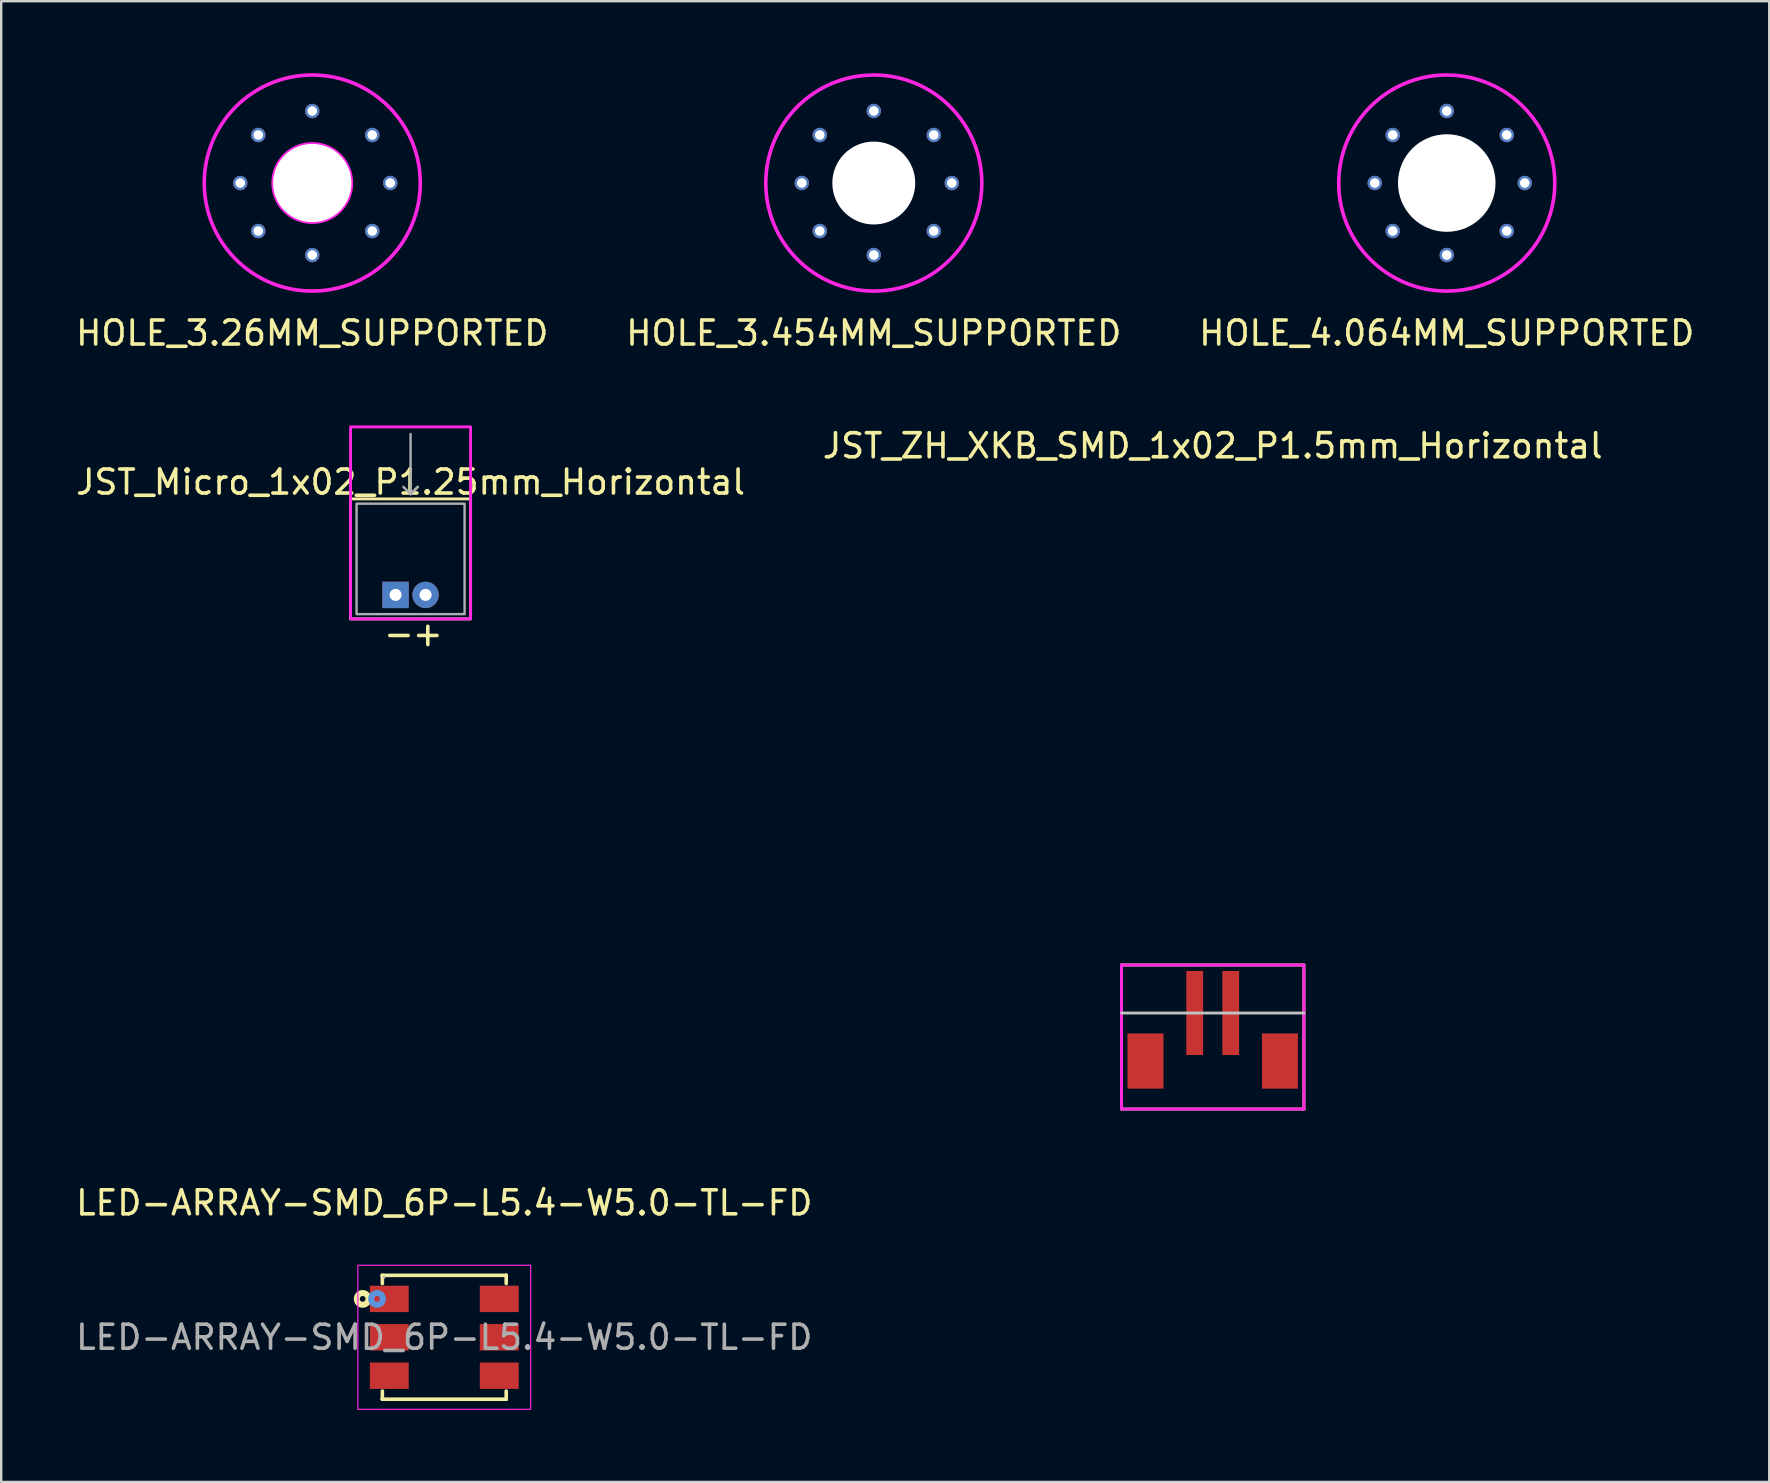
<source format=kicad_pcb>
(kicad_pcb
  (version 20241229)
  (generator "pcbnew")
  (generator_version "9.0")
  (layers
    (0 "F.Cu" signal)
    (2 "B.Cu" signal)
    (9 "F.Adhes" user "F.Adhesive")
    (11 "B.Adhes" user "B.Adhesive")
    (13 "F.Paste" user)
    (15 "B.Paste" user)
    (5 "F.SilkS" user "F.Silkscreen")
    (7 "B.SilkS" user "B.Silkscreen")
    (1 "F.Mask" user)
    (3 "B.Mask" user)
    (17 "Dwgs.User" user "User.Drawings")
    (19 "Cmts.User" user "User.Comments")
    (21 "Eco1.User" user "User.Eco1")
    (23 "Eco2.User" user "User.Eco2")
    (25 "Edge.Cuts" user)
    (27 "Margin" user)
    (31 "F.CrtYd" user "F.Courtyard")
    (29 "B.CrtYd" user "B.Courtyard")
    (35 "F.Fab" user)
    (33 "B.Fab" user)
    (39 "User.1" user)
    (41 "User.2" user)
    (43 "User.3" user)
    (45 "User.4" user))
  (footprint "HOLE_3.26MM_SUPPORTED"
    (layer "F.Cu")
    (at 9.958 4.575)
    (property "Reference" "HOLE_3.26MM_SUPPORTED" (at 0 6.25 0) (layer "F.SilkS") (effects (font (size 1 1) (thickness 0.15))))
    (attr through_hole)
    (fp_circle (center 0 0) (end 1.63 0) (stroke (width 0.15) (type solid)) (fill no) (layer "F.CrtYd"))
    (fp_circle (center 0 0) (end 4.5 0) (stroke (width 0.15) (type solid)) (fill no) (layer "F.CrtYd"))
    (pad "" thru_hole circle (at -3 0) (size 0.6 0.6) (drill 0.4) (layers "*.Cu" "*.Mask"))
    (pad "" thru_hole circle (at -2.25 -2) (size 0.6 0.6) (drill 0.4) (layers "*.Cu" "*.Mask"))
    (pad "" thru_hole circle (at -2.25 2) (size 0.6 0.6) (drill 0.4) (layers "*.Cu" "*.Mask"))
    (pad "" thru_hole circle (at 0 -3) (size 0.6 0.6) (drill 0.4) (layers "*.Cu" "*.Mask"))
    (pad "" np_thru_hole circle (at 0 0) (size 3.26 3.26) (drill 3.26) (layers "*.Cu" "*.Mask"))
    (pad "" thru_hole circle (at 0 3) (size 0.6 0.6) (drill 0.4) (layers "*.Cu" "*.Mask"))
    (pad "" thru_hole circle (at 2.5 -2) (size 0.6 0.6) (drill 0.4) (layers "*.Cu" "*.Mask"))
    (pad "" thru_hole circle (at 2.5 2) (size 0.6 0.6) (drill 0.4) (layers "*.Cu" "*.Mask"))
    (pad "" thru_hole circle (at 3.25 0) (size 0.6 0.6) (drill 0.4) (layers "*.Cu" "*.Mask")))
  (footprint "JST_Micro_1x02_P1.25mm_Horizontal"
    (layer "F.Cu")
    (at 14.054 21.733)
    (property "Reference" "JST_Micro_1x02_P1.25mm_Horizontal" (at 0 -4.7 0) (unlocked yes) (layer "F.SilkS") (effects (font (size 1 1) (thickness 0.15))))
    (attr smd)
    (fp_rect (start -2.5 -4) (end 2.5 1) (stroke (width 0.12) (type default)) (fill no) (layer "F.SilkS"))
    (fp_rect (start -2.5 -7) (end 2.5 1) (stroke (width 0.12) (type default)) (fill no) (layer "F.CrtYd"))
    (fp_line (start 0 -6.7) (end 0 -4.2) (stroke (width 0.1) (type default)) (layer "F.Fab"))
    (fp_line (start 0 -4.2) (end -0.3 -4.5) (stroke (width 0.1) (type default)) (layer "F.Fab"))
    (fp_line (start 0 -4.2) (end 0.3 -4.5) (stroke (width 0.1) (type default)) (layer "F.Fab"))
    (fp_line (start 0.3 -4.5) (end 0 -4.2) (stroke (width 0.1) (type default)) (layer "F.Fab"))
    (fp_rect (start -2.25 -3.8) (end 2.25 0.8) (stroke (width 0.1) (type default)) (fill no) (layer "F.Fab"))
    (fp_text user "-" (at -1.2 2.2 0) (unlocked yes) (layer "F.SilkS") (effects (font (size 1 1) (thickness 0.15)) (justify left bottom)))
    (fp_text user "+" (at 0 2.2 0) (unlocked yes) (layer "F.SilkS") (effects (font (size 1 1) (thickness 0.15)) (justify left bottom)))
    (pad "1" thru_hole rect (at -0.625 0) (size 1.1 1.1) (drill 0.5) (layers "*.Cu" "*.Mask"))
    (pad "2" thru_hole circle (at 0.625 0) (size 1.1 1.1) (drill 0.5) (layers "*.Cu" "*.Mask")))
  (footprint "LED-ARRAY-SMD_6P-L5.4-W5.0-TL-FD"
    (layer "F.Cu")
    (at 15.458 52.66)
    (property "Reference" "LED-ARRAY-SMD_6P-L5.4-W5.0-TL-FD" (at 0 -5.6 0) (layer "F.SilkS") (effects (font (size 1 1) (thickness 0.15))))
    (attr smd)
    (fp_line (start -2.58 -2.58) (end -2.58 -2.58) (stroke (width 0.15) (type solid)) (layer "F.SilkS"))
    (fp_line (start -2.58 -2.58) (end 2.58 -2.58) (stroke (width 0.15) (type solid)) (layer "F.SilkS"))
    (fp_line (start -2.58 -2.24) (end -2.58 -2.58) (stroke (width 0.15) (type solid)) (layer "F.SilkS"))
    (fp_line (start -2.58 2.24) (end -2.58 2.58) (stroke (width 0.15) (type solid)) (layer "F.SilkS"))
    (fp_line (start -2.58 2.58) (end -2.58 2.58) (stroke (width 0.15) (type solid)) (layer "F.SilkS"))
    (fp_line (start -2.58 2.58) (end 2.58 2.58) (stroke (width 0.15) (type solid)) (layer "F.SilkS"))
    (fp_line (start 2.58 -2.58) (end 2.58 -2.58) (stroke (width 0.15) (type solid)) (layer "F.SilkS"))
    (fp_line (start 2.58 -2.58) (end 2.58 -2.24) (stroke (width 0.15) (type solid)) (layer "F.SilkS"))
    (fp_line (start 2.58 2.58) (end 2.58 2.24) (stroke (width 0.15) (type solid)) (layer "F.SilkS"))
    (fp_line (start 2.58 2.58) (end 2.58 2.58) (stroke (width 0.15) (type solid)) (layer "F.SilkS"))
    (fp_circle (center -3.4 -1.6) (end -3.28 -1.6) (stroke (width 0.25) (type solid)) (fill no) (layer "F.SilkS"))
    (fp_circle (center -2.8 -1.6) (end -2.68 -1.6) (stroke (width 0.25) (type solid)) (fill no) (layer "Cmts.User"))
    (fp_rect (start -3.6 -3) (end 3.6 3) (stroke (width 0.05) (type default)) (fill no) (layer "F.CrtYd"))
    (fp_circle (center -2.5 -2.5) (end -2.47 -2.5) (stroke (width 0.06) (type solid)) (fill no) (layer "F.Fab"))
    (fp_text user "${REFERENCE}" (at 0 0 0) (layer "F.Fab") (effects (font (size 1 1) (thickness 0.15))))
    (pad "1" smd rect (at -2.29 -1.6) (size 1.62 1.1) (layers "F.Cu" "F.Mask" "F.Paste"))
    (pad "2" smd rect (at -2.29 0) (size 1.62 1.1) (layers "F.Cu" "F.Mask" "F.Paste"))
    (pad "3" smd rect (at -2.29 1.6) (size 1.62 1.1) (layers "F.Cu" "F.Mask" "F.Paste"))
    (pad "4" smd rect (at 2.29 1.6) (size 1.62 1.1) (layers "F.Cu" "F.Mask" "F.Paste"))
    (pad "5" smd rect (at 2.29 0) (size 1.62 1.1) (layers "F.Cu" "F.Mask" "F.Paste"))
    (pad "6" smd rect (at 2.29 -1.6) (size 1.62 1.1) (layers "F.Cu" "F.Mask" "F.Paste")))
  (footprint "HOLE_4.064MM_SUPPORTED"
    (layer "F.Cu")
    (at 57.22 4.575)
    (property "Reference" "HOLE_4.064MM_SUPPORTED" (at 0 6.25 0) (layer "F.SilkS") (effects (font (size 1 1) (thickness 0.15))))
    (attr through_hole)
    (fp_circle (center 0 0) (end 1.63 0) (stroke (width 0.15) (type solid)) (fill no) (layer "F.CrtYd"))
    (fp_circle (center 0 0) (end 4.5 0) (stroke (width 0.15) (type solid)) (fill no) (layer "F.CrtYd"))
    (pad "" thru_hole circle (at -3 0) (size 0.6 0.6) (drill 0.4) (layers "*.Cu" "*.Mask"))
    (pad "" thru_hole circle (at -2.25 -2) (size 0.6 0.6) (drill 0.4) (layers "*.Cu" "*.Mask"))
    (pad "" thru_hole circle (at -2.25 2) (size 0.6 0.6) (drill 0.4) (layers "*.Cu" "*.Mask"))
    (pad "" thru_hole circle (at 0 -3) (size 0.6 0.6) (drill 0.4) (layers "*.Cu" "*.Mask"))
    (pad "" np_thru_hole circle (at 0 0) (size 4.064 4.064) (drill 4.064) (layers "*.Cu" "*.Mask"))
    (pad "" thru_hole circle (at 0 3) (size 0.6 0.6) (drill 0.4) (layers "*.Cu" "*.Mask"))
    (pad "" thru_hole circle (at 2.5 -2) (size 0.6 0.6) (drill 0.4) (layers "*.Cu" "*.Mask"))
    (pad "" thru_hole circle (at 2.5 2) (size 0.6 0.6) (drill 0.4) (layers "*.Cu" "*.Mask"))
    (pad "" thru_hole circle (at 3.25 0) (size 0.6 0.6) (drill 0.4) (layers "*.Cu" "*.Mask")))
  (footprint "HOLE_3.454MM_SUPPORTED"
    (layer "F.Cu")
    (at 33.351 4.575)
    (property "Reference" "HOLE_3.454MM_SUPPORTED" (at 0 6.25 0) (layer "F.SilkS") (effects (font (size 1 1) (thickness 0.15))))
    (attr through_hole)
    (fp_circle (center 0 0) (end 1.63 0) (stroke (width 0.15) (type solid)) (fill no) (layer "F.CrtYd"))
    (fp_circle (center 0 0) (end 4.5 0) (stroke (width 0.15) (type solid)) (fill no) (layer "F.CrtYd"))
    (pad "" thru_hole circle (at -3 0) (size 0.6 0.6) (drill 0.4) (layers "*.Cu" "*.Mask"))
    (pad "" thru_hole circle (at -2.25 -2) (size 0.6 0.6) (drill 0.4) (layers "*.Cu" "*.Mask"))
    (pad "" thru_hole circle (at -2.25 2) (size 0.6 0.6) (drill 0.4) (layers "*.Cu" "*.Mask"))
    (pad "" thru_hole circle (at 0 -3) (size 0.6 0.6) (drill 0.4) (layers "*.Cu" "*.Mask"))
    (pad "" np_thru_hole circle (at 0 0) (size 3.454 3.454) (drill 3.454) (layers "*.Cu" "*.Mask"))
    (pad "" thru_hole circle (at 0 3) (size 0.6 0.6) (drill 0.4) (layers "*.Cu" "*.Mask"))
    (pad "" thru_hole circle (at 2.5 -2) (size 0.6 0.6) (drill 0.4) (layers "*.Cu" "*.Mask"))
    (pad "" thru_hole circle (at 2.5 2) (size 0.6 0.6) (drill 0.4) (layers "*.Cu" "*.Mask"))
    (pad "" thru_hole circle (at 3.25 0) (size 0.6 0.6) (drill 0.4) (layers "*.Cu" "*.Mask")))
  (footprint "JST_ZH_XKB_SMD_1x02_P1.5mm_Horizontal"
    (layer "F.Cu")
    (at 47.47 39.151)
    (property "Reference" "JST_ZH_XKB_SMD_1x02_P1.5mm_Horizontal" (at 0 -23.63 0) (layer "F.SilkS") (effects (font (size 1 1) (thickness 0.15))))
    (attr through_hole)
    (fp_line (start -3.8 -2) (end 3.8 -2) (stroke (width 0.12) (type solid)) (layer "F.SilkS"))
    (fp_line (start -3.8 4) (end -3.8 -2) (stroke (width 0.12) (type solid)) (layer "F.SilkS"))
    (fp_line (start 3.8 -2) (end 3.8 4) (stroke (width 0.12) (type solid)) (layer "F.SilkS"))
    (fp_line (start 3.8 4) (end -3.8 4) (stroke (width 0.12) (type solid)) (layer "F.SilkS"))
    (fp_line (start 3.8 0) (end -3.8 0) (stroke (width 0.12) (type solid)) (layer "Dwgs.User"))
    (fp_line (start -3.8 -2) (end 3.8 -2) (stroke (width 0.12) (type solid)) (layer "F.CrtYd"))
    (fp_line (start -3.8 4) (end -3.8 -2) (stroke (width 0.12) (type solid)) (layer "F.CrtYd"))
    (fp_line (start 3.8 -2) (end 3.8 4) (stroke (width 0.12) (type solid)) (layer "F.CrtYd"))
    (fp_line (start 3.8 4) (end -3.8 4) (stroke (width 0.12) (type solid)) (layer "F.CrtYd"))
    (pad "1" smd rect (at -0.75 0) (size 0.7 3.5) (layers "F.Cu" "F.Mask" "F.Paste"))
    (pad "2" smd rect (at 0.75 0) (size 0.7 3.5) (layers "F.Cu" "F.Mask" "F.Paste"))
    (pad "~" smd rect (at -2.8 2) (size 1.5 2.3) (layers "F.Cu" "F.Mask" "F.Paste"))
    (pad "~" smd rect (at 2.8 2) (size 1.5 2.3) (layers "F.Cu" "F.Mask" "F.Paste")))
  (gr_rect
    (start -3 -3)
    (end 70.655 58.685)
    (stroke (width 0.1) (type default))
    (fill no)
    (layer "Edge.Cuts")))
</source>
